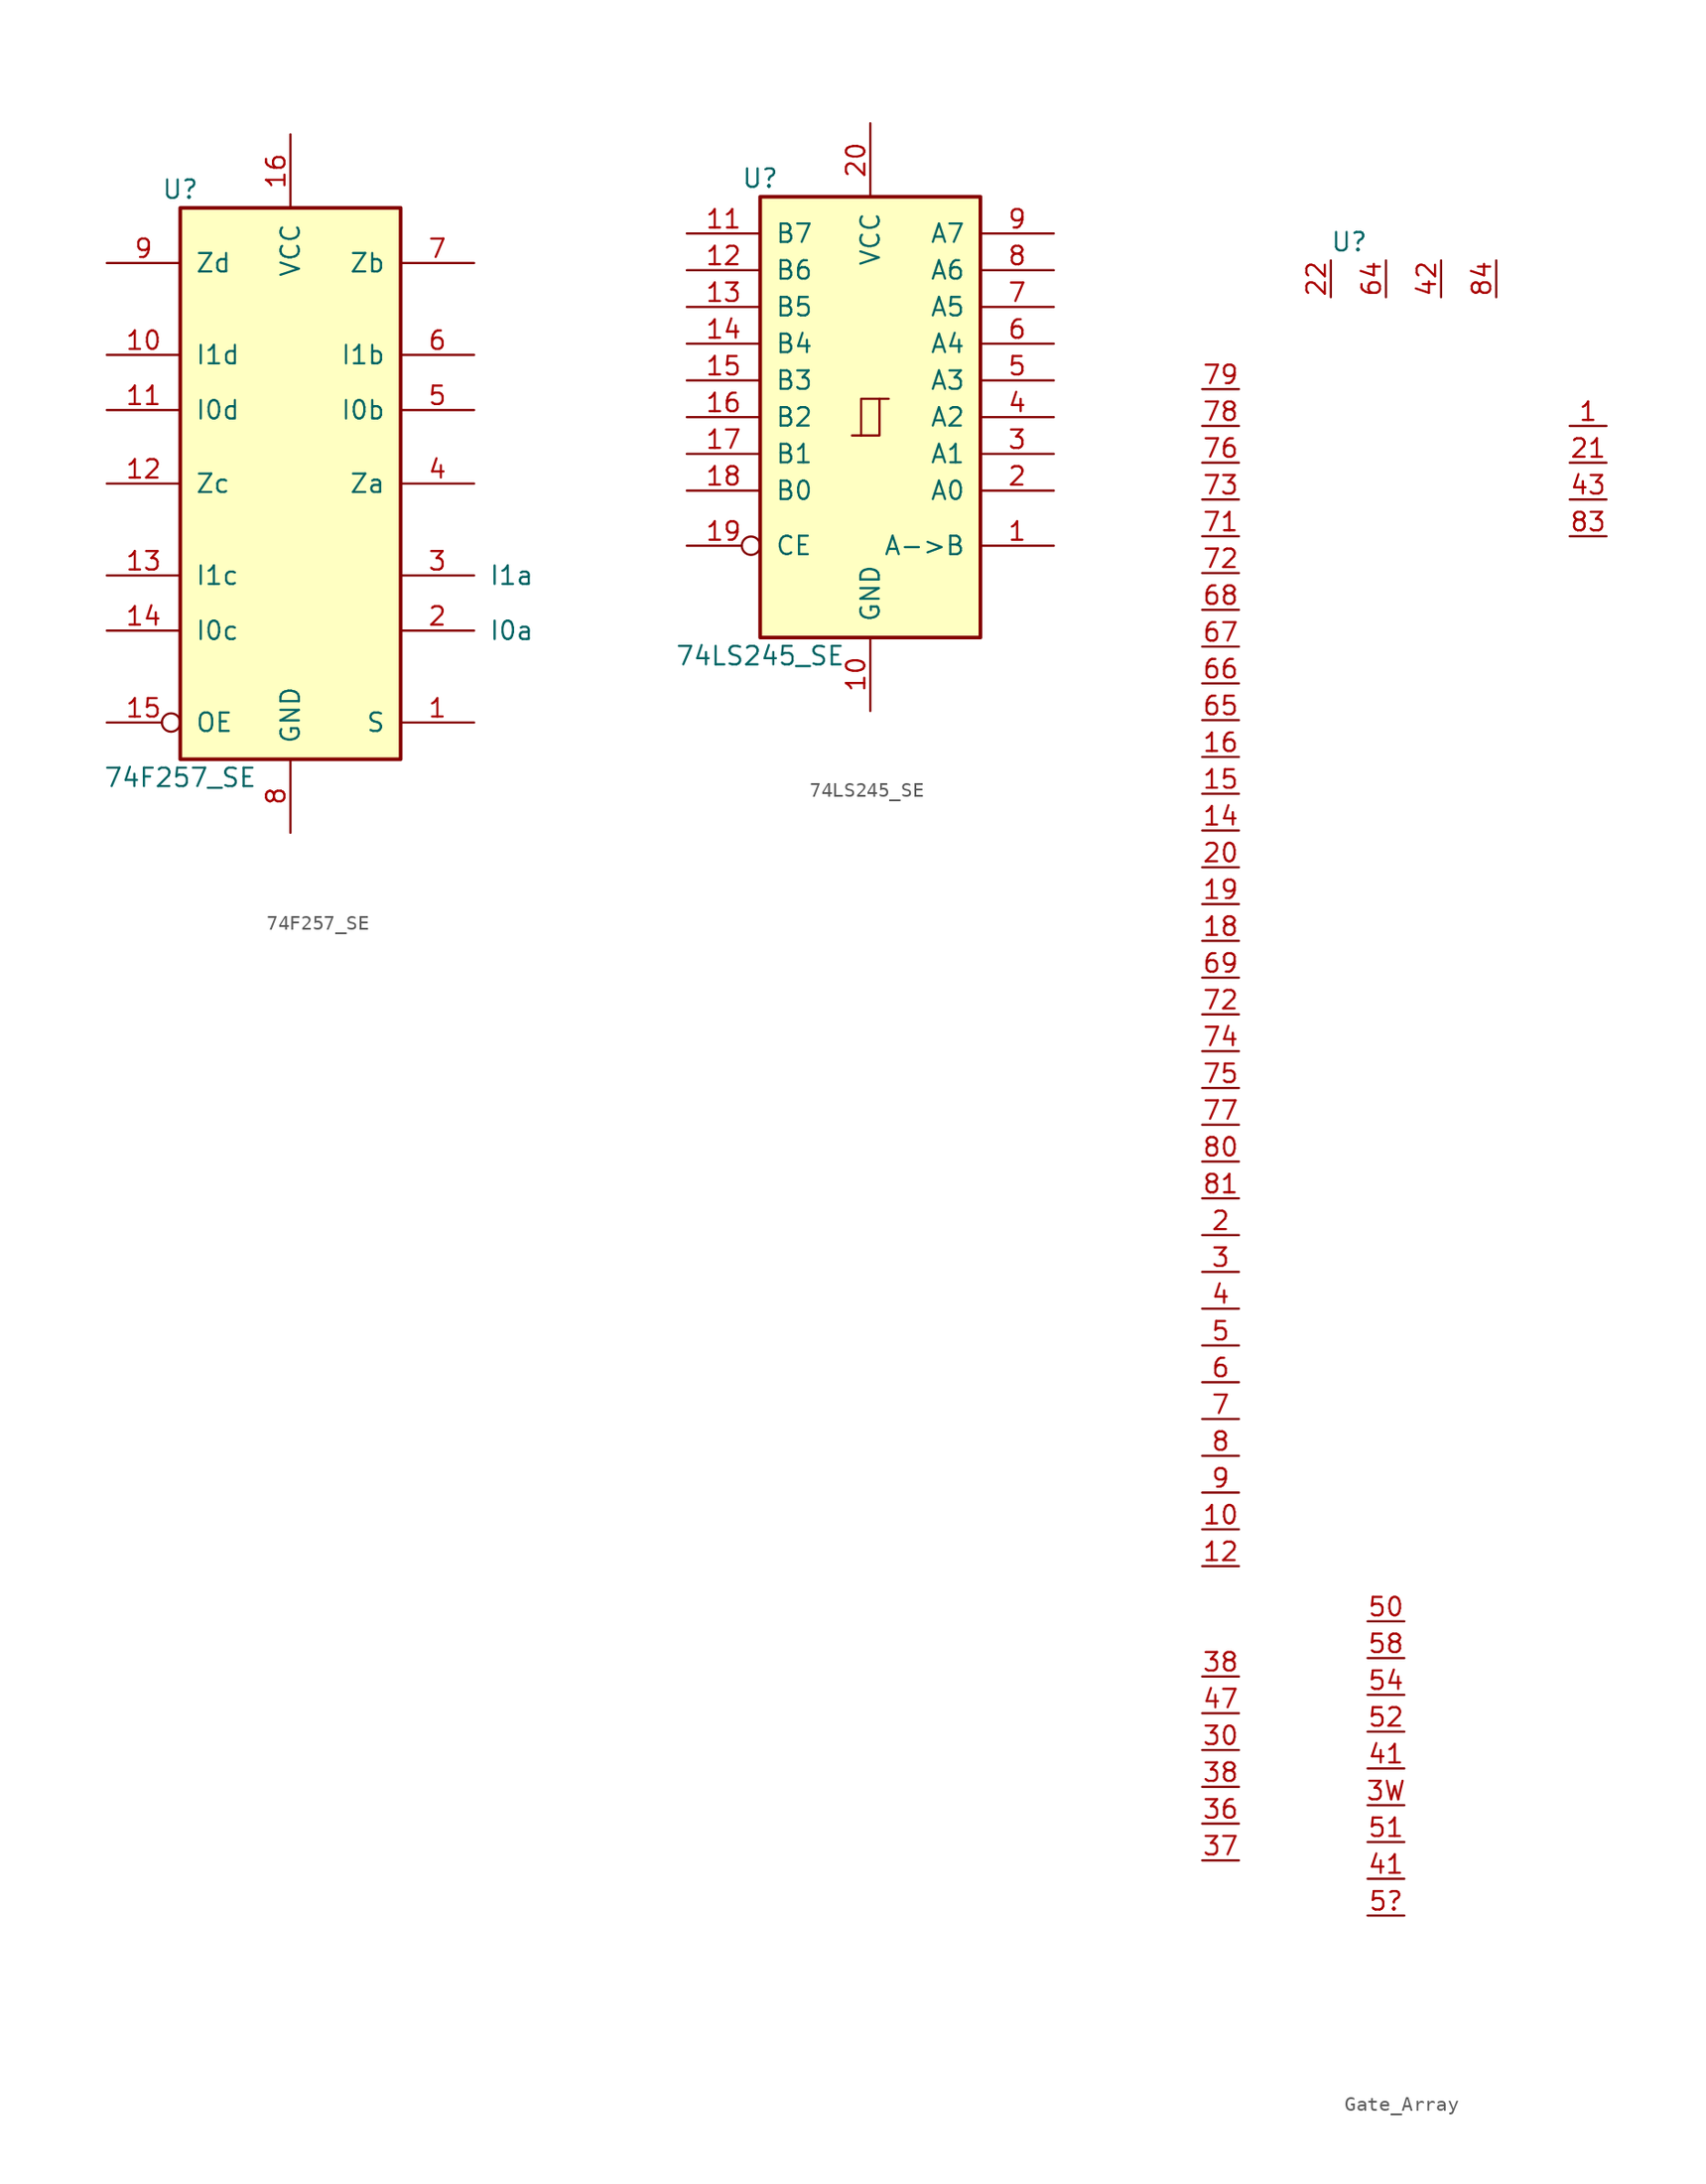
<source format=kicad_sym>
(kicad_symbol_lib
  (version 20231120)
  (generator "kicad_symbol_editor")
  (generator_version "8.0")
  (symbol "74F257_SE"
    (pin_names
      (offset 1.016))
    (property "Reference" "U"
      (at -7.62 19.05 0)
      (effects (font (size 1.27 1.27))))
    (property "Value" "74F257_SE"
      (at -7.62 -21.59 0)
      (effects (font (size 1.27 1.27))))
    (property "ki_locked" ""
      (at 0 0 0)
      (effects (font (size 1.27 1.27))))
    (symbol "74F257_SE_1_0"
      (pin input line (at 12.7 -17.78 180) (length 5.08) (name "S" (effects (font (size 1.27 1.27)))) (number "1" (effects (font (size 1.27 1.27)))))
      (pin input line (at -12.7 7.62 0) (length 5.08) (name "I1d" (effects (font (size 1.27 1.27)))) (number "10" (effects (font (size 1.27 1.27)))))
      (pin input line (at -12.7 3.81 0) (length 5.08) (name "I0d" (effects (font (size 1.27 1.27)))) (number "11" (effects (font (size 1.27 1.27)))))
      (pin tri_state line (at -12.7 -1.27 0) (length 5.08) (name "Zc" (effects (font (size 1.27 1.27)))) (number "12" (effects (font (size 1.27 1.27)))))
      (pin input line (at -12.7 -7.62 0) (length 5.08) (name "I1c" (effects (font (size 1.27 1.27)))) (number "13" (effects (font (size 1.27 1.27)))))
      (pin input line (at -12.7 -11.43 0) (length 5.08) (name "I0c" (effects (font (size 1.27 1.27)))) (number "14" (effects (font (size 1.27 1.27)))))
      (pin input inverted (at -12.7 -17.78 0) (length 5.08) (name "OE" (effects (font (size 1.27 1.27)))) (number "15" (effects (font (size 1.27 1.27)))))
      (pin power_in line (at 0 22.86 270) (length 5.08) (name "VCC" (effects (font (size 1.27 1.27)))) (number "16" (effects (font (size 1.27 1.27)))))
      (pin input line (at 7.62 -11.43 0) (length 5.08) (name "I0a" (effects (font (size 1.27 1.27)))) (number "2" (effects (font (size 1.27 1.27)))))
      (pin input line (at 7.62 -7.62 0) (length 5.08) (name "I1a" (effects (font (size 1.27 1.27)))) (number "3" (effects (font (size 1.27 1.27)))))
      (pin tri_state line (at 12.7 -1.27 180) (length 5.08) (name "Za" (effects (font (size 1.27 1.27)))) (number "4" (effects (font (size 1.27 1.27)))))
      (pin input line (at 12.7 3.81 180) (length 5.08) (name "I0b" (effects (font (size 1.27 1.27)))) (number "5" (effects (font (size 1.27 1.27)))))
      (pin input line (at 12.7 7.62 180) (length 5.08) (name "I1b" (effects (font (size 1.27 1.27)))) (number "6" (effects (font (size 1.27 1.27)))))
      (pin tri_state line (at 12.7 13.97 180) (length 5.08) (name "Zb" (effects (font (size 1.27 1.27)))) (number "7" (effects (font (size 1.27 1.27)))))
      (pin power_in line (at 0 -25.4 90) (length 5.08) (name "GND" (effects (font (size 1.27 1.27)))) (number "8" (effects (font (size 1.27 1.27)))))
      (pin tri_state line (at -12.7 13.97 0) (length 5.08) (name "Zd" (effects (font (size 1.27 1.27)))) (number "9" (effects (font (size 1.27 1.27))))))
    (symbol "74F257_SE_1_1"
      (rectangle (start -7.62 17.78) (end 7.62 -20.32) (stroke (width 0.254) (type default)) (fill (type background)))))
  (symbol "74LS245_SE"
    (pin_names
      (offset 1.016))
    (property "Reference" "U"
      (at -7.62 16.51 0)
      (effects (font (size 1.27 1.27))))
    (property "Value" "74LS245_SE"
      (at -7.62 -16.51 0)
      (effects (font (size 1.27 1.27))))
    (property "ki_locked" ""
      (at 0 0 0)
      (effects (font (size 1.27 1.27))))
    (symbol "74LS245_SE_1_0"
      (polyline (pts (xy -0.635 -1.27) (xy -0.635 1.27) (xy 0.635 1.27)) (stroke (width 0) (type default)) (fill (type none)))
      (polyline (pts (xy -1.27 -1.27) (xy 0.635 -1.27) (xy 0.635 1.27) (xy 1.27 1.27)) (stroke (width 0) (type default)) (fill (type none)))
      (pin input line (at 12.7 -8.89 180) (length 5.08) (name "A->B" (effects (font (size 1.27 1.27)))) (number "1" (effects (font (size 1.27 1.27)))))
      (pin power_in line (at 0 -20.32 90) (length 5.08) (name "GND" (effects (font (size 1.27 1.27)))) (number "10" (effects (font (size 1.27 1.27)))))
      (pin tri_state line (at -12.7 12.7 0) (length 5.08) (name "B7" (effects (font (size 1.27 1.27)))) (number "11" (effects (font (size 1.27 1.27)))))
      (pin tri_state line (at -12.7 10.16 0) (length 5.08) (name "B6" (effects (font (size 1.27 1.27)))) (number "12" (effects (font (size 1.27 1.27)))))
      (pin tri_state line (at -12.7 7.62 0) (length 5.08) (name "B5" (effects (font (size 1.27 1.27)))) (number "13" (effects (font (size 1.27 1.27)))))
      (pin tri_state line (at -12.7 5.08 0) (length 5.08) (name "B4" (effects (font (size 1.27 1.27)))) (number "14" (effects (font (size 1.27 1.27)))))
      (pin tri_state line (at -12.7 2.54 0) (length 5.08) (name "B3" (effects (font (size 1.27 1.27)))) (number "15" (effects (font (size 1.27 1.27)))))
      (pin tri_state line (at -12.7 0 0) (length 5.08) (name "B2" (effects (font (size 1.27 1.27)))) (number "16" (effects (font (size 1.27 1.27)))))
      (pin tri_state line (at -12.7 -2.54 0) (length 5.08) (name "B1" (effects (font (size 1.27 1.27)))) (number "17" (effects (font (size 1.27 1.27)))))
      (pin tri_state line (at -12.7 -5.08 0) (length 5.08) (name "B0" (effects (font (size 1.27 1.27)))) (number "18" (effects (font (size 1.27 1.27)))))
      (pin input inverted (at -12.7 -8.89 0) (length 5.08) (name "CE" (effects (font (size 1.27 1.27)))) (number "19" (effects (font (size 1.27 1.27)))))
      (pin tri_state line (at 12.7 -5.08 180) (length 5.08) (name "A0" (effects (font (size 1.27 1.27)))) (number "2" (effects (font (size 1.27 1.27)))))
      (pin power_in line (at 0 20.32 270) (length 5.08) (name "VCC" (effects (font (size 1.27 1.27)))) (number "20" (effects (font (size 1.27 1.27)))))
      (pin tri_state line (at 12.7 -2.54 180) (length 5.08) (name "A1" (effects (font (size 1.27 1.27)))) (number "3" (effects (font (size 1.27 1.27)))))
      (pin tri_state line (at 12.7 0 180) (length 5.08) (name "A2" (effects (font (size 1.27 1.27)))) (number "4" (effects (font (size 1.27 1.27)))))
      (pin tri_state line (at 12.7 2.54 180) (length 5.08) (name "A3" (effects (font (size 1.27 1.27)))) (number "5" (effects (font (size 1.27 1.27)))))
      (pin tri_state line (at 12.7 5.08 180) (length 5.08) (name "A4" (effects (font (size 1.27 1.27)))) (number "6" (effects (font (size 1.27 1.27)))))
      (pin tri_state line (at 12.7 7.62 180) (length 5.08) (name "A5" (effects (font (size 1.27 1.27)))) (number "7" (effects (font (size 1.27 1.27)))))
      (pin tri_state line (at 12.7 10.16 180) (length 5.08) (name "A6" (effects (font (size 1.27 1.27)))) (number "8" (effects (font (size 1.27 1.27)))))
      (pin tri_state line (at 12.7 12.7 180) (length 5.08) (name "A7" (effects (font (size 1.27 1.27)))) (number "9" (effects (font (size 1.27 1.27))))))
    (symbol "74LS245_SE_1_1"
      (rectangle (start -7.62 15.24) (end 7.62 -15.24) (stroke (width 0.254) (type default)) (fill (type background)))))
  (symbol "Gate_Array"
    (property "Reference" "U"
      (at 0 0 0)
      (effects (font (size 1.27 1.27))))
    (property "Value" ""
      (at 0 0 0)
      (effects (font (size 1.27 1.27))))
    (symbol "Gate_Array_1_1"
      (pin power_in line (at 15.24 -12.7 0) (length 2.54) (name "" (effects (font (size 1.27 1.27)))) (number "1" (effects (font (size 1.27 1.27)))))
      (pin unspecified line (at -10.16 -88.9 0) (length 2.54) (name "" (effects (font (size 1.27 1.27)))) (number "10" (effects (font (size 1.27 1.27)))))
      (pin unspecified line (at -10.16 -91.44 0) (length 2.54) (name "" (effects (font (size 1.27 1.27)))) (number "12" (effects (font (size 1.27 1.27)))))
      (pin unspecified line (at -10.16 -40.64 0) (length 2.54) (name "" (effects (font (size 1.27 1.27)))) (number "14" (effects (font (size 1.27 1.27)))))
      (pin unspecified line (at -10.16 -38.1 0) (length 2.54) (name "" (effects (font (size 1.27 1.27)))) (number "15" (effects (font (size 1.27 1.27)))))
      (pin unspecified line (at -10.16 -35.56 0) (length 2.54) (name "" (effects (font (size 1.27 1.27)))) (number "16" (effects (font (size 1.27 1.27)))))
      (pin unspecified line (at -10.16 -48.26 0) (length 2.54) (name "" (effects (font (size 1.27 1.27)))) (number "18" (effects (font (size 1.27 1.27)))))
      (pin unspecified line (at -10.16 -45.72 0) (length 2.54) (name "" (effects (font (size 1.27 1.27)))) (number "19" (effects (font (size 1.27 1.27)))))
      (pin unspecified line (at -10.16 -68.58 0) (length 2.54) (name "" (effects (font (size 1.27 1.27)))) (number "2" (effects (font (size 1.27 1.27)))))
      (pin unspecified line (at -10.16 -43.18 0) (length 2.54) (name "" (effects (font (size 1.27 1.27)))) (number "20" (effects (font (size 1.27 1.27)))))
      (pin power_in line (at 15.24 -15.24 0) (length 2.54) (name "" (effects (font (size 1.27 1.27)))) (number "21" (effects (font (size 1.27 1.27)))))
      (pin power_in line (at -1.27 -1.27 270) (length 2.54) (name "" (effects (font (size 1.27 1.27)))) (number "22" (effects (font (size 1.27 1.27)))))
      (pin unspecified line (at -10.16 -71.12 0) (length 2.54) (name "" (effects (font (size 1.27 1.27)))) (number "3" (effects (font (size 1.27 1.27)))))
      (pin unspecified line (at -10.16 -104.14 0) (length 2.54) (name "" (effects (font (size 1.27 1.27)))) (number "30" (effects (font (size 1.27 1.27)))))
      (pin unspecified line (at -10.16 -109.22 0) (length 2.54) (name "" (effects (font (size 1.27 1.27)))) (number "36" (effects (font (size 1.27 1.27)))))
      (pin unspecified line (at -10.16 -111.76 0) (length 2.54) (name "" (effects (font (size 1.27 1.27)))) (number "37" (effects (font (size 1.27 1.27)))))
      (pin unspecified line (at -10.16 -106.68 0) (length 2.54) (name "" (effects (font (size 1.27 1.27)))) (number "38" (effects (font (size 1.27 1.27)))))
      (pin unspecified line (at -10.16 -99.06 0) (length 2.54) (name "" (effects (font (size 1.27 1.27)))) (number "38" (effects (font (size 1.27 1.27)))))
      (pin unspecified line (at 3.81 -107.95 180) (length 2.54) (name "" (effects (font (size 1.27 1.27)))) (number "3W" (effects (font (size 1.27 1.27)))))
      (pin unspecified line (at -10.16 -73.66 0) (length 2.54) (name "" (effects (font (size 1.27 1.27)))) (number "4" (effects (font (size 1.27 1.27)))))
      (pin unspecified line (at 3.81 -113.03 180) (length 2.54) (name "" (effects (font (size 1.27 1.27)))) (number "41" (effects (font (size 1.27 1.27)))))
      (pin unspecified line (at 3.81 -105.41 180) (length 2.54) (name "" (effects (font (size 1.27 1.27)))) (number "41" (effects (font (size 1.27 1.27)))))
      (pin power_in line (at 6.35 -1.27 270) (length 2.54) (name "" (effects (font (size 1.27 1.27)))) (number "42" (effects (font (size 1.27 1.27)))))
      (pin power_in line (at 15.24 -17.78 0) (length 2.54) (name "" (effects (font (size 1.27 1.27)))) (number "43" (effects (font (size 1.27 1.27)))))
      (pin unspecified line (at -10.16 -101.6 0) (length 2.54) (name "" (effects (font (size 1.27 1.27)))) (number "47" (effects (font (size 1.27 1.27)))))
      (pin unspecified line (at -10.16 -76.2 0) (length 2.54) (name "" (effects (font (size 1.27 1.27)))) (number "5" (effects (font (size 1.27 1.27)))))
      (pin unspecified line (at 3.81 -95.25 180) (length 2.54) (name "" (effects (font (size 1.27 1.27)))) (number "50" (effects (font (size 1.27 1.27)))))
      (pin unspecified line (at 3.81 -110.49 180) (length 2.54) (name "" (effects (font (size 1.27 1.27)))) (number "51" (effects (font (size 1.27 1.27)))))
      (pin unspecified line (at 3.81 -102.87 180) (length 2.54) (name "" (effects (font (size 1.27 1.27)))) (number "52" (effects (font (size 1.27 1.27)))))
      (pin unspecified line (at 3.81 -100.33 180) (length 2.54) (name "" (effects (font (size 1.27 1.27)))) (number "54" (effects (font (size 1.27 1.27)))))
      (pin unspecified line (at 3.81 -97.79 180) (length 2.54) (name "" (effects (font (size 1.27 1.27)))) (number "58" (effects (font (size 1.27 1.27)))))
      (pin unspecified line (at 3.81 -115.57 180) (length 2.54) (name "" (effects (font (size 1.27 1.27)))) (number "5?" (effects (font (size 1.27 1.27)))))
      (pin unspecified line (at -10.16 -78.74 0) (length 2.54) (name "" (effects (font (size 1.27 1.27)))) (number "6" (effects (font (size 1.27 1.27)))))
      (pin power_in line (at 2.54 -1.27 270) (length 2.54) (name "" (effects (font (size 1.27 1.27)))) (number "64" (effects (font (size 1.27 1.27)))))
      (pin unspecified line (at -10.16 -33.02 0) (length 2.54) (name "" (effects (font (size 1.27 1.27)))) (number "65" (effects (font (size 1.27 1.27)))))
      (pin unspecified line (at -10.16 -30.48 0) (length 2.54) (name "" (effects (font (size 1.27 1.27)))) (number "66" (effects (font (size 1.27 1.27)))))
      (pin unspecified line (at -10.16 -27.94 0) (length 2.54) (name "" (effects (font (size 1.27 1.27)))) (number "67" (effects (font (size 1.27 1.27)))))
      (pin unspecified line (at -10.16 -25.4 0) (length 2.54) (name "" (effects (font (size 1.27 1.27)))) (number "68" (effects (font (size 1.27 1.27)))))
      (pin unspecified line (at -10.16 -50.8 0) (length 2.54) (name "" (effects (font (size 1.27 1.27)))) (number "69" (effects (font (size 1.27 1.27)))))
      (pin unspecified line (at -10.16 -81.28 0) (length 2.54) (name "" (effects (font (size 1.27 1.27)))) (number "7" (effects (font (size 1.27 1.27)))))
      (pin unspecified line (at -10.16 -20.32 0) (length 2.54) (name "" (effects (font (size 1.27 1.27)))) (number "71" (effects (font (size 1.27 1.27)))))
      (pin unspecified line (at -10.16 -53.34 0) (length 2.54) (name "" (effects (font (size 1.27 1.27)))) (number "72" (effects (font (size 1.27 1.27)))))
      (pin unspecified line (at -10.16 -22.86 0) (length 2.54) (name "" (effects (font (size 1.27 1.27)))) (number "72" (effects (font (size 1.27 1.27)))))
      (pin unspecified line (at -10.16 -17.78 0) (length 2.54) (name "" (effects (font (size 1.27 1.27)))) (number "73" (effects (font (size 1.27 1.27)))))
      (pin unspecified line (at -10.16 -55.88 0) (length 2.54) (name "" (effects (font (size 1.27 1.27)))) (number "74" (effects (font (size 1.27 1.27)))))
      (pin unspecified line (at -10.16 -58.42 0) (length 2.54) (name "" (effects (font (size 1.27 1.27)))) (number "75" (effects (font (size 1.27 1.27)))))
      (pin unspecified line (at -10.16 -15.24 0) (length 2.54) (name "" (effects (font (size 1.27 1.27)))) (number "76" (effects (font (size 1.27 1.27)))))
      (pin unspecified line (at -10.16 -60.96 0) (length 2.54) (name "" (effects (font (size 1.27 1.27)))) (number "77" (effects (font (size 1.27 1.27)))))
      (pin unspecified line (at -10.16 -12.7 0) (length 2.54) (name "" (effects (font (size 1.27 1.27)))) (number "78" (effects (font (size 1.27 1.27)))))
      (pin unspecified line (at -10.16 -10.16 0) (length 2.54) (name "" (effects (font (size 1.27 1.27)))) (number "79" (effects (font (size 1.27 1.27)))))
      (pin unspecified line (at -10.16 -83.82 0) (length 2.54) (name "" (effects (font (size 1.27 1.27)))) (number "8" (effects (font (size 1.27 1.27)))))
      (pin unspecified line (at -10.16 -63.5 0) (length 2.54) (name "" (effects (font (size 1.27 1.27)))) (number "80" (effects (font (size 1.27 1.27)))))
      (pin unspecified line (at -10.16 -66.04 0) (length 2.54) (name "" (effects (font (size 1.27 1.27)))) (number "81" (effects (font (size 1.27 1.27)))))
      (pin power_in line (at 15.24 -20.32 0) (length 2.54) (name "" (effects (font (size 1.27 1.27)))) (number "83" (effects (font (size 1.27 1.27)))))
      (pin power_in line (at 10.16 -1.27 270) (length 2.54) (name "" (effects (font (size 1.27 1.27)))) (number "84" (effects (font (size 1.27 1.27)))))
      (pin unspecified line (at -10.16 -86.36 0) (length 2.54) (name "" (effects (font (size 1.27 1.27)))) (number "9" (effects (font (size 1.27 1.27))))))))
</source>
